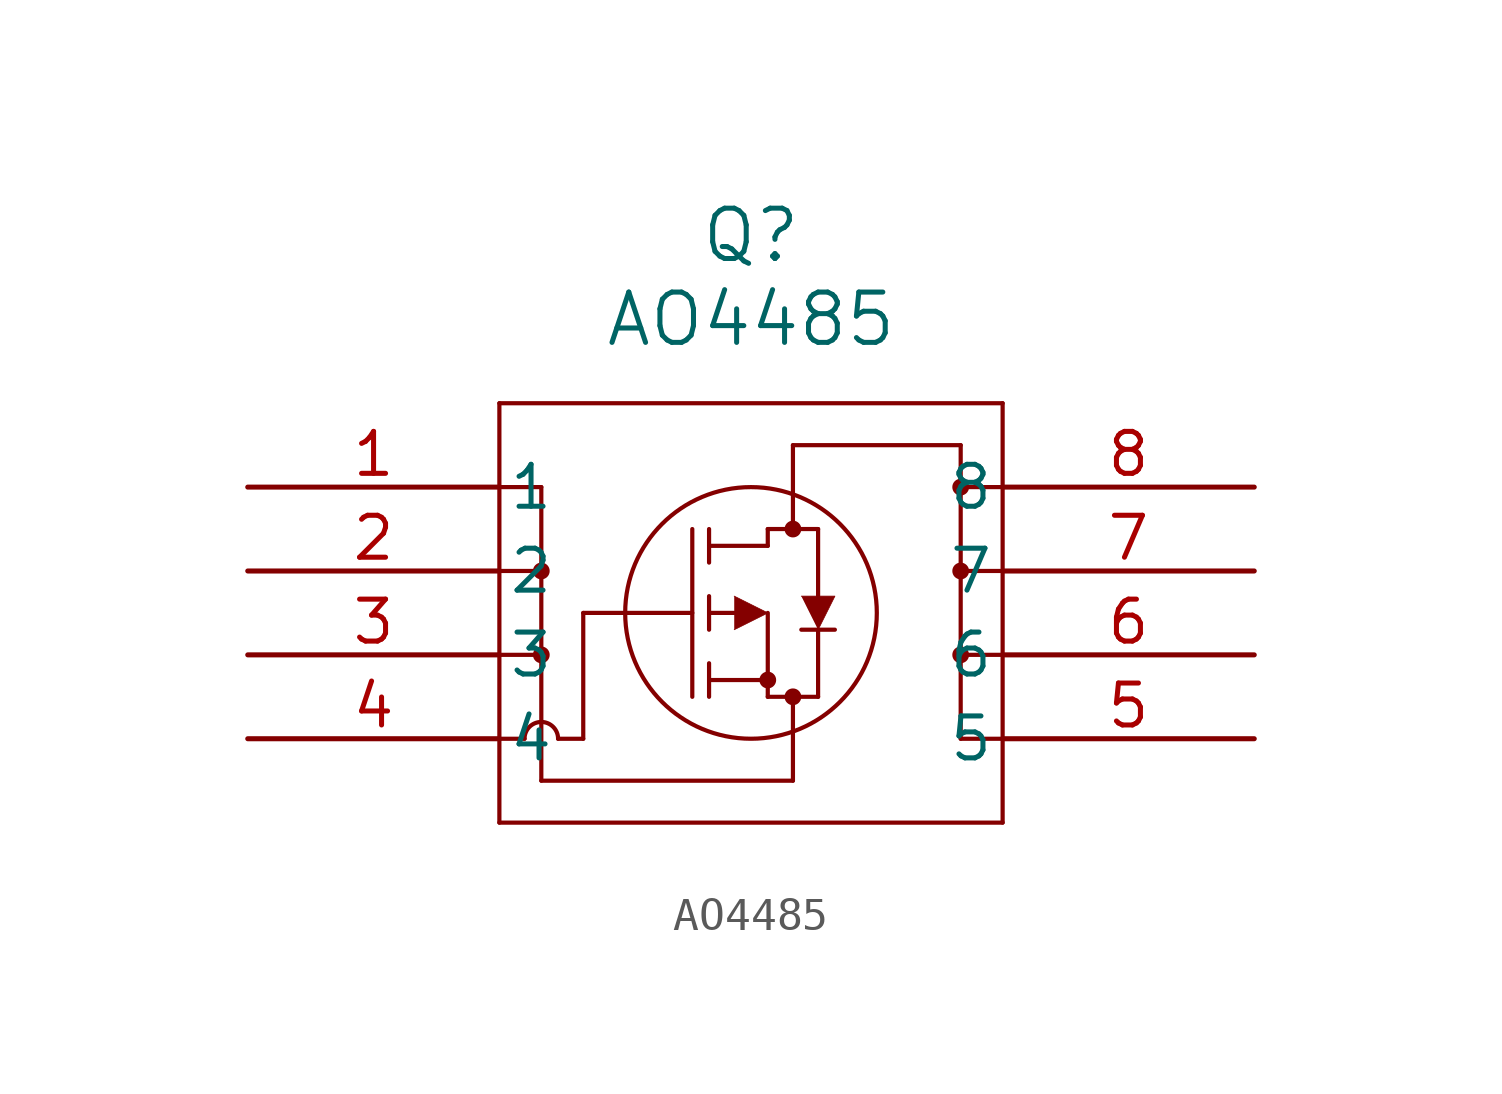
<source format=kicad_sym>
(kicad_symbol_lib
  (version 20211014)
  (generator kicad_symbol_editor)
  (symbol "AO4485"
    (pin_names
      (offset 0.254))
    (property "Reference" "Q"
      (at 15.24 7.62 0)
      (effects (font (size 1.524 1.524))))
    (property "Value" "AO4485"
      (at 15.24 5.08 0)
      (effects (font (size 1.524 1.524))))
    (property "ki_locked" ""
      (at 0 0 0)
      (effects (font (size 1.27 1.27))))
    (symbol "AO4485_0_1"
      (polyline (pts (xy 7.62 -10.16) (xy 22.86 -10.16)) (stroke (width 0.127) (type default) (color 0 0 0 0)) (fill (type none)))
      (polyline (pts (xy 7.62 -7.62) (xy 8.382 -7.62)) (stroke (width 0.127) (type default) (color 0 0 0 0)) (fill (type none)))
      (polyline (pts (xy 7.62 -5.08) (xy 8.89 -5.08)) (stroke (width 0.127) (type default) (color 0 0 0 0)) (fill (type none)))
      (polyline (pts (xy 7.62 -2.54) (xy 8.89 -2.54)) (stroke (width 0.127) (type default) (color 0 0 0 0)) (fill (type none)))
      (polyline (pts (xy 7.62 0) (xy 8.89 0)) (stroke (width 0.127) (type default) (color 0 0 0 0)) (fill (type none)))
      (polyline (pts (xy 7.62 2.54) (xy 7.62 -10.16)) (stroke (width 0.127) (type default) (color 0 0 0 0)) (fill (type none)))
      (polyline (pts (xy 8.89 -8.89) (xy 16.51 -8.89)) (stroke (width 0.127) (type default) (color 0 0 0 0)) (fill (type none)))
      (polyline (pts (xy 8.89 0) (xy 8.89 -8.89)) (stroke (width 0.127) (type default) (color 0 0 0 0)) (fill (type none)))
      (polyline (pts (xy 10.16 -7.62) (xy 9.398 -7.62)) (stroke (width 0.127) (type default) (color 0 0 0 0)) (fill (type none)))
      (polyline (pts (xy 10.16 -3.81) (xy 10.16 -7.62)) (stroke (width 0.127) (type default) (color 0 0 0 0)) (fill (type none)))
      (polyline (pts (xy 10.16 -3.81) (xy 13.462 -3.81)) (stroke (width 0.127) (type default) (color 0 0 0 0)) (fill (type none)))
      (polyline (pts (xy 13.462 -6.35) (xy 13.462 -1.27)) (stroke (width 0.127) (type default) (color 0 0 0 0)) (fill (type none)))
      (polyline (pts (xy 13.97 -6.35) (xy 13.97 -5.334)) (stroke (width 0.127) (type default) (color 0 0 0 0)) (fill (type none)))
      (polyline (pts (xy 13.97 -5.842) (xy 15.748 -5.842)) (stroke (width 0.127) (type default) (color 0 0 0 0)) (fill (type none)))
      (polyline (pts (xy 13.97 -4.318) (xy 13.97 -3.302)) (stroke (width 0.127) (type default) (color 0 0 0 0)) (fill (type none)))
      (polyline (pts (xy 13.97 -2.286) (xy 13.97 -1.27)) (stroke (width 0.127) (type default) (color 0 0 0 0)) (fill (type none)))
      (polyline (pts (xy 13.97 -1.778) (xy 15.748 -1.778)) (stroke (width 0.127) (type default) (color 0 0 0 0)) (fill (type none)))
      (polyline (pts (xy 14.732 -3.81) (xy 13.97 -3.81)) (stroke (width 0.127) (type default) (color 0 0 0 0)) (fill (type none)))
      (polyline (pts (xy 15.748 -6.35) (xy 15.748 -3.81)) (stroke (width 0.127) (type default) (color 0 0 0 0)) (fill (type none)))
      (polyline (pts (xy 15.748 -6.35) (xy 17.272 -6.35)) (stroke (width 0.127) (type default) (color 0 0 0 0)) (fill (type none)))
      (polyline (pts (xy 15.748 -1.778) (xy 15.748 -1.27)) (stroke (width 0.127) (type default) (color 0 0 0 0)) (fill (type none)))
      (polyline (pts (xy 15.748 -1.27) (xy 17.272 -1.27)) (stroke (width 0.127) (type default) (color 0 0 0 0)) (fill (type none)))
      (polyline (pts (xy 16.51 -8.89) (xy 16.51 -6.35)) (stroke (width 0.127) (type default) (color 0 0 0 0)) (fill (type none)))
      (polyline (pts (xy 16.51 1.27) (xy 16.51 -1.27)) (stroke (width 0.127) (type default) (color 0 0 0 0)) (fill (type none)))
      (polyline (pts (xy 16.764 -4.318) (xy 17.78 -4.318)) (stroke (width 0.127) (type default) (color 0 0 0 0)) (fill (type none)))
      (polyline (pts (xy 17.272 -6.35) (xy 17.272 -4.318)) (stroke (width 0.127) (type default) (color 0 0 0 0)) (fill (type none)))
      (polyline (pts (xy 17.272 -3.302) (xy 17.272 -1.27)) (stroke (width 0.127) (type default) (color 0 0 0 0)) (fill (type none)))
      (polyline (pts (xy 21.59 -7.62) (xy 21.59 1.27)) (stroke (width 0.127) (type default) (color 0 0 0 0)) (fill (type none)))
      (polyline (pts (xy 21.59 1.27) (xy 16.51 1.27)) (stroke (width 0.127) (type default) (color 0 0 0 0)) (fill (type none)))
      (polyline (pts (xy 22.86 -10.16) (xy 22.86 2.54)) (stroke (width 0.127) (type default) (color 0 0 0 0)) (fill (type none)))
      (polyline (pts (xy 22.86 -7.62) (xy 21.59 -7.62)) (stroke (width 0.127) (type default) (color 0 0 0 0)) (fill (type none)))
      (polyline (pts (xy 22.86 -5.08) (xy 21.59 -5.08)) (stroke (width 0.127) (type default) (color 0 0 0 0)) (fill (type none)))
      (polyline (pts (xy 22.86 -2.54) (xy 21.59 -2.54)) (stroke (width 0.127) (type default) (color 0 0 0 0)) (fill (type none)))
      (polyline (pts (xy 22.86 0) (xy 21.59 0)) (stroke (width 0.127) (type default) (color 0 0 0 0)) (fill (type none)))
      (polyline (pts (xy 22.86 2.54) (xy 7.62 2.54)) (stroke (width 0.127) (type default) (color 0 0 0 0)) (fill (type none)))
      (polyline (pts (xy 14.732 -4.318) (xy 15.748 -3.81) (xy 14.732 -3.302)) (stroke (width 0.025) (type default) (color 0 0 0 0)) (fill (type outline)))
      (polyline (pts (xy 16.764 -3.302) (xy 17.78 -3.302) (xy 17.272 -4.318)) (stroke (width 0.025) (type default) (color 0 0 0 0)) (fill (type outline)))
      (circle (center 8.89 -5.08) (radius 0.127) (stroke (width 0.254) (type default) (color 0 0 0 0)) (fill (type none)))
      (circle (center 8.89 -2.54) (radius 0.127) (stroke (width 0.254) (type default) (color 0 0 0 0)) (fill (type none)))
      (arc (start 9.398 -7.62) (mid 8.89 -7.112) (end 8.382 -7.62) (stroke (width 0.127) (type default) (color 0 0 0 0)) (fill (type none)))
      (circle (center 15.24 -3.81) (radius 3.81) (stroke (width 0.127) (type default) (color 0 0 0 0)) (fill (type none)))
      (circle (center 15.748 -5.842) (radius 0.127) (stroke (width 0.254) (type default) (color 0 0 0 0)) (fill (type none)))
      (circle (center 16.51 -6.35) (radius 0.127) (stroke (width 0.254) (type default) (color 0 0 0 0)) (fill (type none)))
      (circle (center 16.51 -1.27) (radius 0.127) (stroke (width 0.254) (type default) (color 0 0 0 0)) (fill (type none)))
      (circle (center 21.59 -5.08) (radius 0.127) (stroke (width 0.254) (type default) (color 0 0 0 0)) (fill (type none)))
      (circle (center 21.59 -2.54) (radius 0.127) (stroke (width 0.254) (type default) (color 0 0 0 0)) (fill (type none)))
      (circle (center 21.59 0) (radius 0.127) (stroke (width 0.254) (type default) (color 0 0 0 0)) (fill (type none)))
      (pin unspecified line (at 0 0 0) (length 7.62) (name "1" (effects (font (size 1.27 1.27)))) (number "1" (effects (font (size 1.27 1.27)))))
      (pin unspecified line (at 0 -2.54 0) (length 7.62) (name "2" (effects (font (size 1.27 1.27)))) (number "2" (effects (font (size 1.27 1.27)))))
      (pin unspecified line (at 0 -5.08 0) (length 7.62) (name "3" (effects (font (size 1.27 1.27)))) (number "3" (effects (font (size 1.27 1.27)))))
      (pin unspecified line (at 0 -7.62 0) (length 7.62) (name "4" (effects (font (size 1.27 1.27)))) (number "4" (effects (font (size 1.27 1.27)))))
      (pin unspecified line (at 30.48 -7.62 180) (length 7.62) (name "5" (effects (font (size 1.27 1.27)))) (number "5" (effects (font (size 1.27 1.27)))))
      (pin unspecified line (at 30.48 -5.08 180) (length 7.62) (name "6" (effects (font (size 1.27 1.27)))) (number "6" (effects (font (size 1.27 1.27)))))
      (pin unspecified line (at 30.48 -2.54 180) (length 7.62) (name "7" (effects (font (size 1.27 1.27)))) (number "7" (effects (font (size 1.27 1.27)))))
      (pin unspecified line (at 30.48 0 180) (length 7.62) (name "8" (effects (font (size 1.27 1.27)))) (number "8" (effects (font (size 1.27 1.27))))))))
</source>
